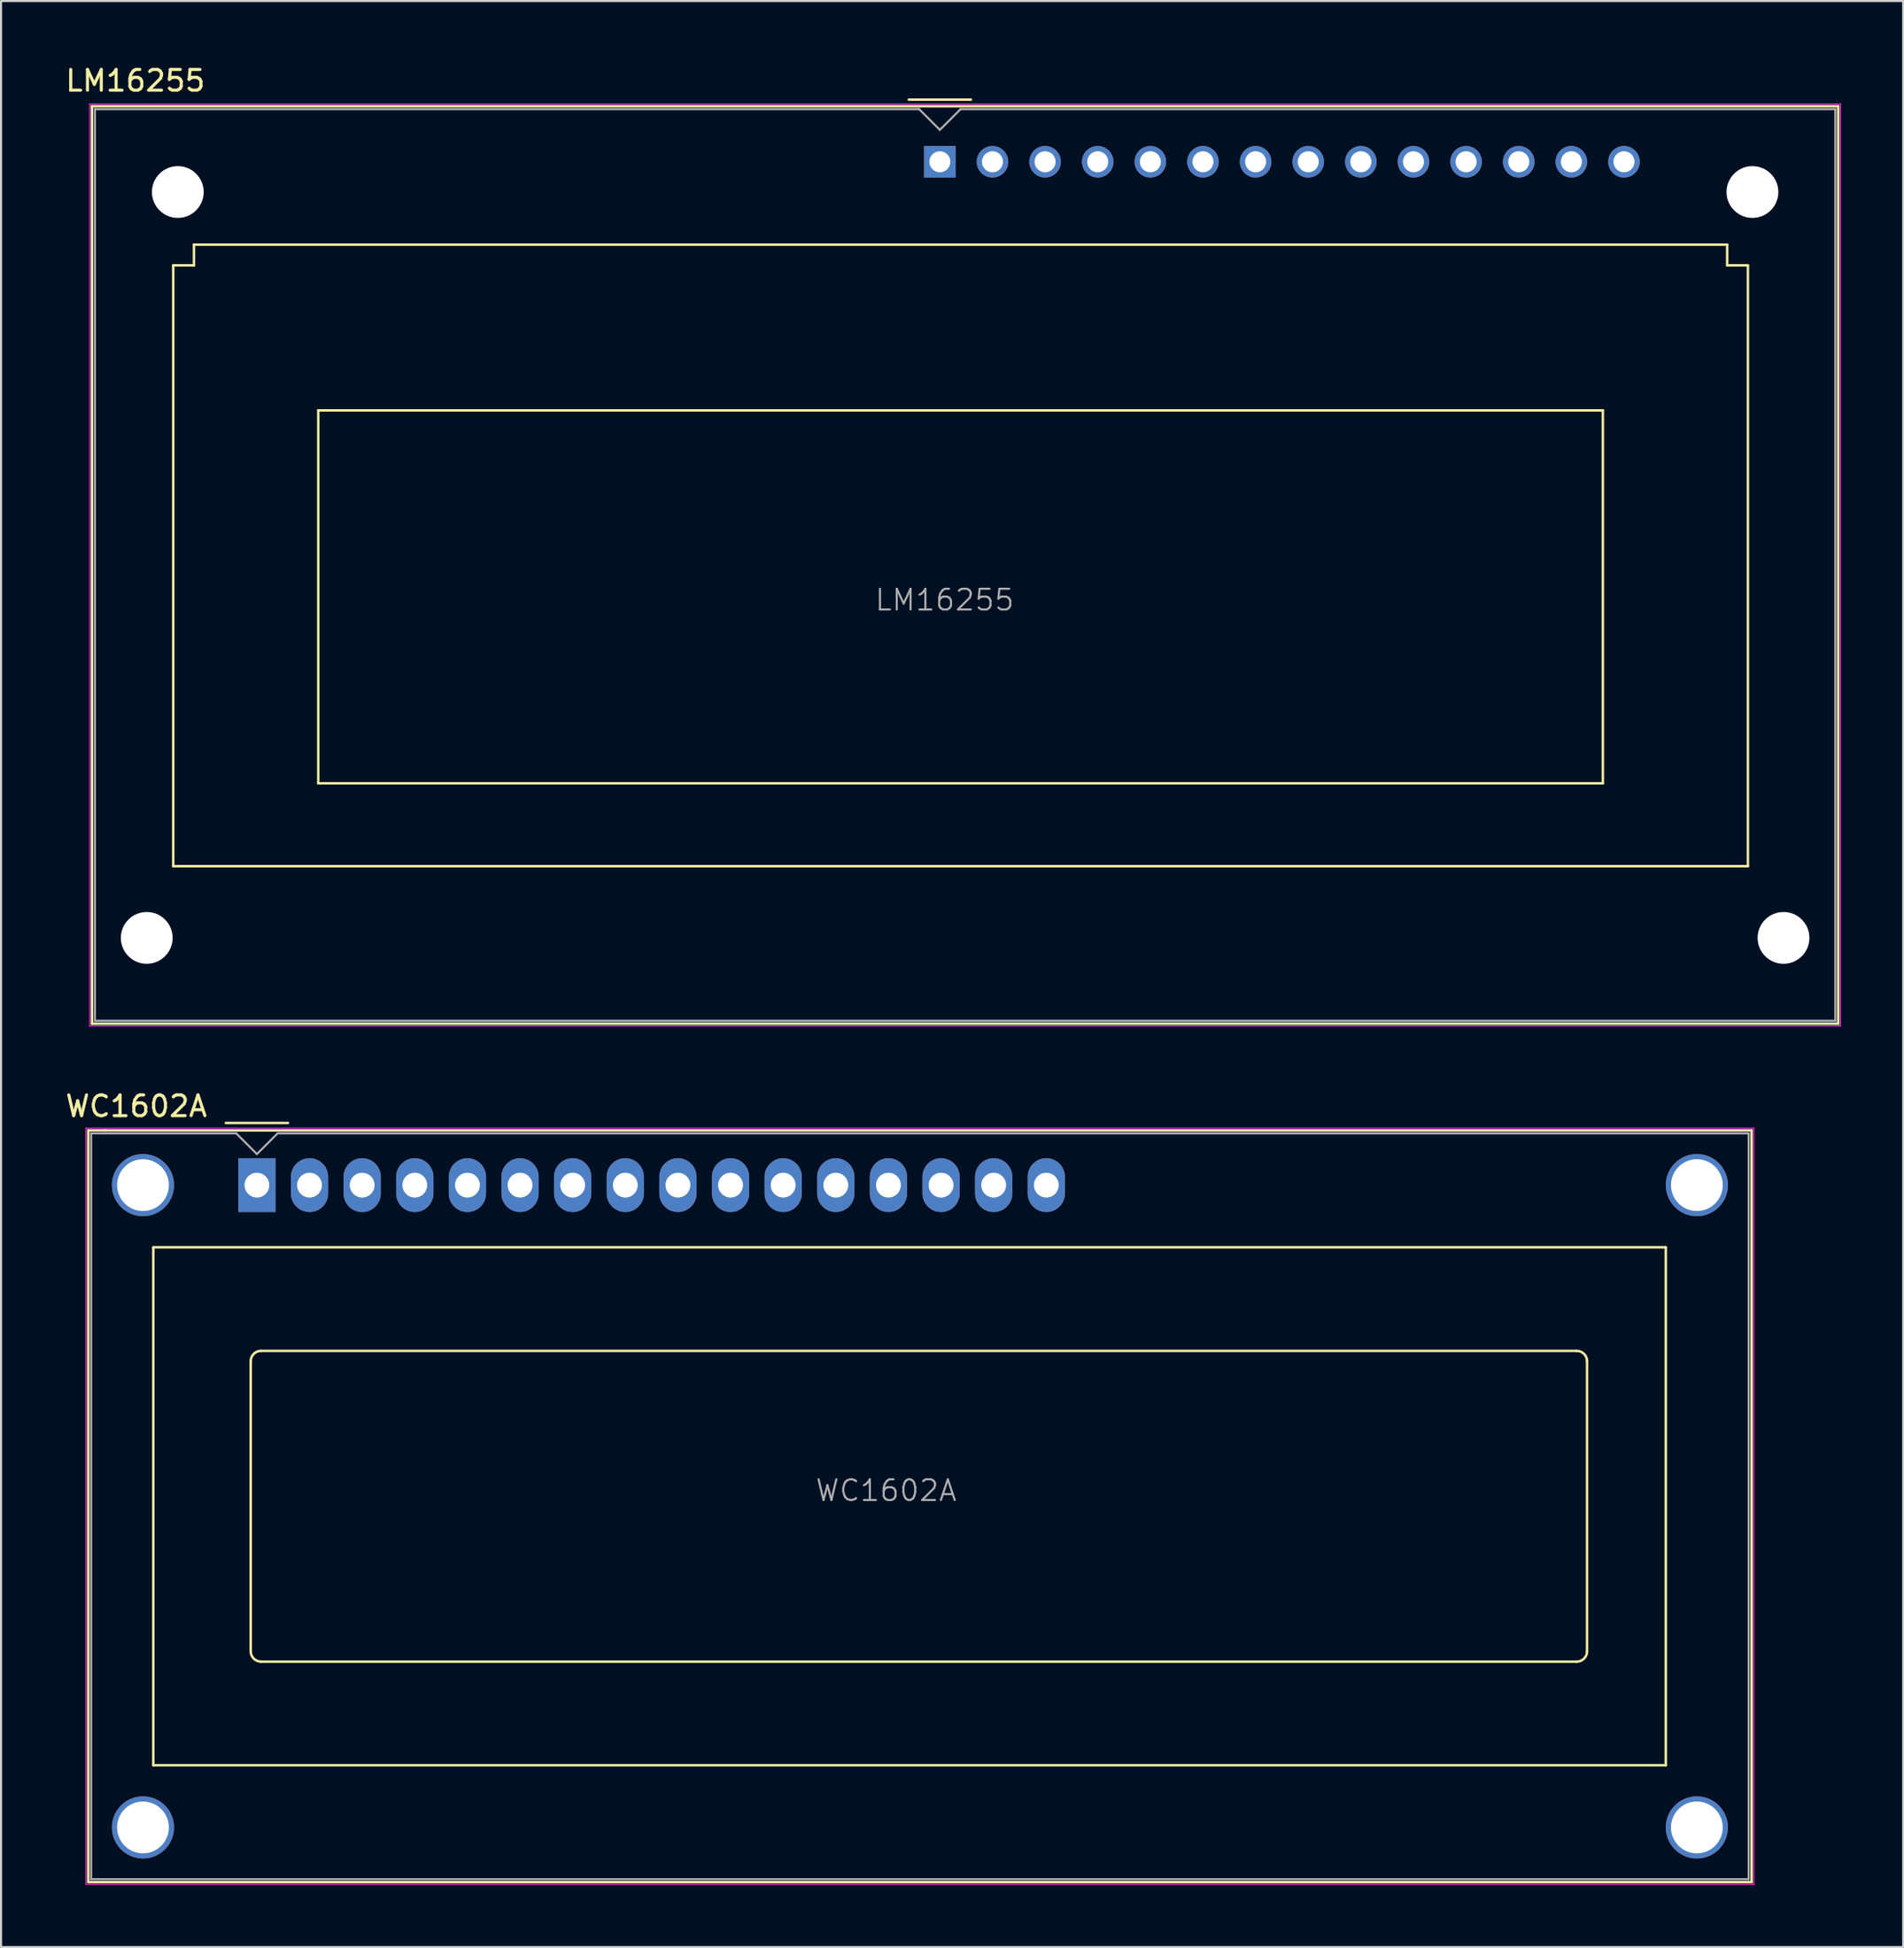
<source format=kicad_pcb>
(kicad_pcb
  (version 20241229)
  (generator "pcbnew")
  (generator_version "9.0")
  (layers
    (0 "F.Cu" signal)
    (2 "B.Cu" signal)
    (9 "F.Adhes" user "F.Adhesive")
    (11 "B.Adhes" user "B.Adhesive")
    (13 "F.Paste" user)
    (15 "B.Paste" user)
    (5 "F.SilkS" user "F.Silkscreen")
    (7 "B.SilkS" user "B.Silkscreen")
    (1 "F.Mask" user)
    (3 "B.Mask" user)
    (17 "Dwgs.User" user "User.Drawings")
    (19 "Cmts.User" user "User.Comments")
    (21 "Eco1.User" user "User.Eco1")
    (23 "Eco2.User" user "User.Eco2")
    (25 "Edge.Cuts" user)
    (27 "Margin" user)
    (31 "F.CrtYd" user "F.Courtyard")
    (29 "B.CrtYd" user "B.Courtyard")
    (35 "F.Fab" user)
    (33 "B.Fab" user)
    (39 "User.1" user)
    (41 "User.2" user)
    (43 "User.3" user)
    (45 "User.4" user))
  (footprint "WC1602A"
    (layer "F.Cu")
    (at 9.35 54.151)
    (property "Reference" "WC1602A" (at -5.82 -3.81 0) (layer "F.SilkS") (effects (font (size 1 1) (thickness 0.15))))
    (attr through_hole)
    (fp_line (start -8.14 -2.64) (end -8.14 33.64) (stroke (width 0.12) (type solid)) (layer "F.SilkS"))
    (fp_line (start -8.14 33.64) (end 72.14 33.64) (stroke (width 0.12) (type solid)) (layer "F.SilkS"))
    (fp_line (start -8.13 -2.64) (end -7.34 -2.64) (stroke (width 0.12) (type solid)) (layer "F.SilkS"))
    (fp_line (start -5 3) (end 68 3) (stroke (width 0.12) (type solid)) (layer "F.SilkS"))
    (fp_line (start -5 28) (end -5 3) (stroke (width 0.12) (type solid)) (layer "F.SilkS"))
    (fp_line (start -1.5 -3) (end 1.5 -3) (stroke (width 0.12) (type solid)) (layer "F.SilkS"))
    (fp_line (start -0.3 22.499) (end -0.3 8.5) (stroke (width 0.12) (type solid)) (layer "F.SilkS"))
    (fp_line (start 0.2 8) (end 63.7 8) (stroke (width 0.12) (type solid)) (layer "F.SilkS"))
    (fp_line (start 63.701 23) (end 0.2 23) (stroke (width 0.12) (type solid)) (layer "F.SilkS"))
    (fp_line (start 64.2 8.5) (end 64.2 22.5) (stroke (width 0.12) (type solid)) (layer "F.SilkS"))
    (fp_line (start 68 3) (end 68 28) (stroke (width 0.12) (type solid)) (layer "F.SilkS"))
    (fp_line (start 68 28) (end -5 28) (stroke (width 0.12) (type solid)) (layer "F.SilkS"))
    (fp_line (start 72.14 -2.64) (end -7.34 -2.64) (stroke (width 0.12) (type solid)) (layer "F.SilkS"))
    (fp_line (start 72.14 33.64) (end 72.14 -2.64) (stroke (width 0.12) (type solid)) (layer "F.SilkS"))
    (fp_arc (start -0.29972 8.49884) (mid -0.153162 8.145018) (end 0.20066 7.99846) (stroke (width 0.12) (type solid)) (layer "F.SilkS"))
    (fp_arc (start 0.20066 22.9997) (mid -0.153162 22.853142) (end -0.29972 22.49932) (stroke (width 0.12) (type solid)) (layer "F.SilkS"))
    (fp_arc (start 63.7 8) (mid 64.053553 8.146447) (end 64.2 8.5) (stroke (width 0.12) (type solid)) (layer "F.SilkS"))
    (fp_arc (start 64.20104 22.49932) (mid 64.054482 22.853142) (end 63.70066 22.9997) (stroke (width 0.12) (type solid)) (layer "F.SilkS"))
    (fp_line (start -8.25 -2.75) (end -8.25 33.75) (stroke (width 0.05) (type solid)) (layer "F.CrtYd"))
    (fp_line (start -8.25 -2.75) (end 72.25 -2.75) (stroke (width 0.05) (type solid)) (layer "F.CrtYd"))
    (fp_line (start -8.25 33.75) (end 72.25 33.75) (stroke (width 0.05) (type solid)) (layer "F.CrtYd"))
    (fp_line (start 72.25 -2.75) (end 72.25 33.75) (stroke (width 0.05) (type solid)) (layer "F.CrtYd"))
    (fp_line (start -8 33.5) (end -8 -2.5) (stroke (width 0.1) (type solid)) (layer "F.Fab"))
    (fp_line (start -1 -2.5) (end -8 -2.5) (stroke (width 0.1) (type solid)) (layer "F.Fab"))
    (fp_line (start 0 -1.5) (end -1 -2.5) (stroke (width 0.1) (type solid)) (layer "F.Fab"))
    (fp_line (start 1 -2.5) (end 0 -1.5) (stroke (width 0.1) (type solid)) (layer "F.Fab"))
    (fp_line (start 1 -2.5) (end 72 -2.5) (stroke (width 0.1) (type solid)) (layer "F.Fab"))
    (fp_line (start 72 -2.5) (end 72 33.5) (stroke (width 0.1) (type solid)) (layer "F.Fab"))
    (fp_line (start 72 33.5) (end -8 33.5) (stroke (width 0.1) (type solid)) (layer "F.Fab"))
    (fp_text user "${REFERENCE}" (at 30.37 14.74 0) (layer "F.Fab") (effects (font (size 1 1) (thickness 0.1))))
    (pad "" thru_hole circle (at -5.499 0) (size 3 3) (drill 2.5) (layers "*.Cu" "*.Mask"))
    (pad "" thru_hole circle (at -5.499 31.001) (size 3 3) (drill 2.5) (layers "*.Cu" "*.Mask"))
    (pad "" thru_hole circle (at 69.499 31.001) (size 3 3) (drill 2.5) (layers "*.Cu" "*.Mask"))
    (pad "" thru_hole circle (at 69.5 0) (size 3 3) (drill 2.5) (layers "*.Cu" "*.Mask"))
    (pad "1" thru_hole rect (at 0 0) (size 1.8 2.6) (drill 1.2) (layers "*.Cu" "*.Mask"))
    (pad "2" thru_hole oval (at 2.54 0) (size 1.8 2.6) (drill 1.2) (layers "*.Cu" "*.Mask"))
    (pad "3" thru_hole oval (at 5.08 0) (size 1.8 2.6) (drill 1.2) (layers "*.Cu" "*.Mask"))
    (pad "4" thru_hole oval (at 7.62 0) (size 1.8 2.6) (drill 1.2) (layers "*.Cu" "*.Mask"))
    (pad "5" thru_hole oval (at 10.16 0) (size 1.8 2.6) (drill 1.2) (layers "*.Cu" "*.Mask"))
    (pad "6" thru_hole oval (at 12.7 0) (size 1.8 2.6) (drill 1.2) (layers "*.Cu" "*.Mask"))
    (pad "7" thru_hole oval (at 15.24 0) (size 1.8 2.6) (drill 1.2) (layers "*.Cu" "*.Mask"))
    (pad "8" thru_hole oval (at 17.78 0) (size 1.8 2.6) (drill 1.2) (layers "*.Cu" "*.Mask"))
    (pad "9" thru_hole oval (at 20.32 0) (size 1.8 2.6) (drill 1.2) (layers "*.Cu" "*.Mask"))
    (pad "10" thru_hole oval (at 22.86 0) (size 1.8 2.6) (drill 1.2) (layers "*.Cu" "*.Mask"))
    (pad "11" thru_hole oval (at 25.4 0) (size 1.8 2.6) (drill 1.2) (layers "*.Cu" "*.Mask"))
    (pad "12" thru_hole oval (at 27.94 0) (size 1.8 2.6) (drill 1.2) (layers "*.Cu" "*.Mask"))
    (pad "13" thru_hole oval (at 30.48 0) (size 1.8 2.6) (drill 1.2) (layers "*.Cu" "*.Mask"))
    (pad "14" thru_hole oval (at 33.02 0) (size 1.8 2.6) (drill 1.2) (layers "*.Cu" "*.Mask"))
    (pad "15" thru_hole oval (at 35.56 0) (size 1.8 2.6) (drill 1.2) (layers "*.Cu" "*.Mask"))
    (pad "16" thru_hole oval (at 38.1 0) (size 1.8 2.6) (drill 1.2) (layers "*.Cu" "*.Mask")))
  (footprint "LM16255"
    (layer "F.Cu")
    (at 42.312 4.758)
    (property "Reference" "LM16255" (at -38.83 -3.91 0) (layer "F.SilkS") (effects (font (size 1 1) (thickness 0.15))))
    (attr through_hole)
    (fp_line (start -40.92 -2.68) (end 43.36 -2.68) (stroke (width 0.12) (type solid)) (layer "F.SilkS"))
    (fp_line (start -40.92 41.6) (end -40.92 -2.68) (stroke (width 0.12) (type solid)) (layer "F.SilkS"))
    (fp_line (start -37 5) (end -36 5) (stroke (width 0.12) (type solid)) (layer "F.SilkS"))
    (fp_line (start -37 34) (end -37 5) (stroke (width 0.12) (type solid)) (layer "F.SilkS"))
    (fp_line (start -36 4) (end 38 4) (stroke (width 0.12) (type solid)) (layer "F.SilkS"))
    (fp_line (start -36 5) (end -36 4) (stroke (width 0.12) (type solid)) (layer "F.SilkS"))
    (fp_line (start -30 12) (end 32 12) (stroke (width 0.12) (type solid)) (layer "F.SilkS"))
    (fp_line (start -30 30) (end -30 12) (stroke (width 0.12) (type solid)) (layer "F.SilkS"))
    (fp_line (start -1.5 -3) (end 1.5 -3) (stroke (width 0.12) (type solid)) (layer "F.SilkS"))
    (fp_line (start 32 12) (end 32 30) (stroke (width 0.12) (type solid)) (layer "F.SilkS"))
    (fp_line (start 32 30) (end -30 30) (stroke (width 0.12) (type solid)) (layer "F.SilkS"))
    (fp_line (start 38 4) (end 38 5) (stroke (width 0.12) (type solid)) (layer "F.SilkS"))
    (fp_line (start 38 5) (end 39 5) (stroke (width 0.12) (type solid)) (layer "F.SilkS"))
    (fp_line (start 39 5) (end 39 34) (stroke (width 0.12) (type solid)) (layer "F.SilkS"))
    (fp_line (start 39 34) (end -37 34) (stroke (width 0.12) (type solid)) (layer "F.SilkS"))
    (fp_line (start 43.36 -2.68) (end 43.36 41.6) (stroke (width 0.12) (type solid)) (layer "F.SilkS"))
    (fp_line (start 43.36 41.6) (end -40.92 41.6) (stroke (width 0.12) (type solid)) (layer "F.SilkS"))
    (fp_line (start -41.03 -2.79) (end 43.47 -2.79) (stroke (width 0.05) (type solid)) (layer "F.CrtYd"))
    (fp_line (start -41.03 41.71) (end -41.03 -2.79) (stroke (width 0.05) (type solid)) (layer "F.CrtYd"))
    (fp_line (start 43.47 -2.79) (end 43.47 41.71) (stroke (width 0.05) (type solid)) (layer "F.CrtYd"))
    (fp_line (start 43.47 41.71) (end -41.03 41.71) (stroke (width 0.05) (type solid)) (layer "F.CrtYd"))
    (fp_line (start -40.78 -2.54) (end -40.78 41.46) (stroke (width 0.1) (type solid)) (layer "F.Fab"))
    (fp_line (start -40.78 41.46) (end 43.22 41.46) (stroke (width 0.1) (type solid)) (layer "F.Fab"))
    (fp_line (start -1 -2.54) (end -40.78 -2.54) (stroke (width 0.1) (type solid)) (layer "F.Fab"))
    (fp_line (start 0 -1.54) (end -1 -2.54) (stroke (width 0.1) (type solid)) (layer "F.Fab"))
    (fp_line (start 1 -2.54) (end 0 -1.54) (stroke (width 0.1) (type solid)) (layer "F.Fab"))
    (fp_line (start 1 -2.54) (end 43.22 -2.54) (stroke (width 0.1) (type solid)) (layer "F.Fab"))
    (fp_line (start 43.22 -2.54) (end 43.22 41.46) (stroke (width 0.1) (type solid)) (layer "F.Fab"))
    (fp_text user "${REFERENCE}" (at 0.23 21.15 0) (layer "F.Fab") (effects (font (size 1 1) (thickness 0.1))))
    (pad "" np_thru_hole circle (at -38.28 37.46 180) (size 2.5 2.5) (drill 2.5) (layers "*.Cu" "*.Mask"))
    (pad "" np_thru_hole circle (at -36.78 1.46 180) (size 2.5 2.5) (drill 2.5) (layers "*.Cu" "*.Mask"))
    (pad "" np_thru_hole circle (at 39.22 1.46 180) (size 2.5 2.5) (drill 2.5) (layers "*.Cu" "*.Mask"))
    (pad "" np_thru_hole circle (at 40.72 37.46 180) (size 2.5 2.5) (drill 2.5) (layers "*.Cu" "*.Mask"))
    (pad "1" thru_hole rect (at 0 0 180) (size 1.524 1.524) (drill 1.016) (layers "*.Cu" "*.Mask"))
    (pad "2" thru_hole circle (at 2.54 0 180) (size 1.524 1.524) (drill 1.016) (layers "*.Cu" "*.Mask"))
    (pad "3" thru_hole circle (at 5.08 0 180) (size 1.524 1.524) (drill 1.016) (layers "*.Cu" "*.Mask"))
    (pad "4" thru_hole circle (at 7.62 0 180) (size 1.524 1.524) (drill 1.016) (layers "*.Cu" "*.Mask"))
    (pad "5" thru_hole circle (at 10.16 0 180) (size 1.524 1.524) (drill 1.016) (layers "*.Cu" "*.Mask"))
    (pad "6" thru_hole circle (at 12.7 0 180) (size 1.524 1.524) (drill 1.016) (layers "*.Cu" "*.Mask"))
    (pad "7" thru_hole circle (at 15.24 0 180) (size 1.524 1.524) (drill 1.016) (layers "*.Cu" "*.Mask"))
    (pad "8" thru_hole circle (at 17.78 0 180) (size 1.524 1.524) (drill 1.016) (layers "*.Cu" "*.Mask"))
    (pad "9" thru_hole circle (at 20.32 0 180) (size 1.524 1.524) (drill 1.016) (layers "*.Cu" "*.Mask"))
    (pad "10" thru_hole circle (at 22.86 0 180) (size 1.524 1.524) (drill 1.016) (layers "*.Cu" "*.Mask"))
    (pad "11" thru_hole circle (at 25.4 0 180) (size 1.524 1.524) (drill 1.016) (layers "*.Cu" "*.Mask"))
    (pad "12" thru_hole circle (at 27.94 0 180) (size 1.524 1.524) (drill 1.016) (layers "*.Cu" "*.Mask"))
    (pad "13" thru_hole circle (at 30.48 0 180) (size 1.524 1.524) (drill 1.016) (layers "*.Cu" "*.Mask"))
    (pad "14" thru_hole circle (at 33.02 0 180) (size 1.524 1.524) (drill 1.016) (layers "*.Cu" "*.Mask")))
  (gr_rect
    (start -3 -3)
    (end 88.807 90.927)
    (stroke (width 0.1) (type default))
    (fill no)
    (layer "Edge.Cuts")))
</source>
